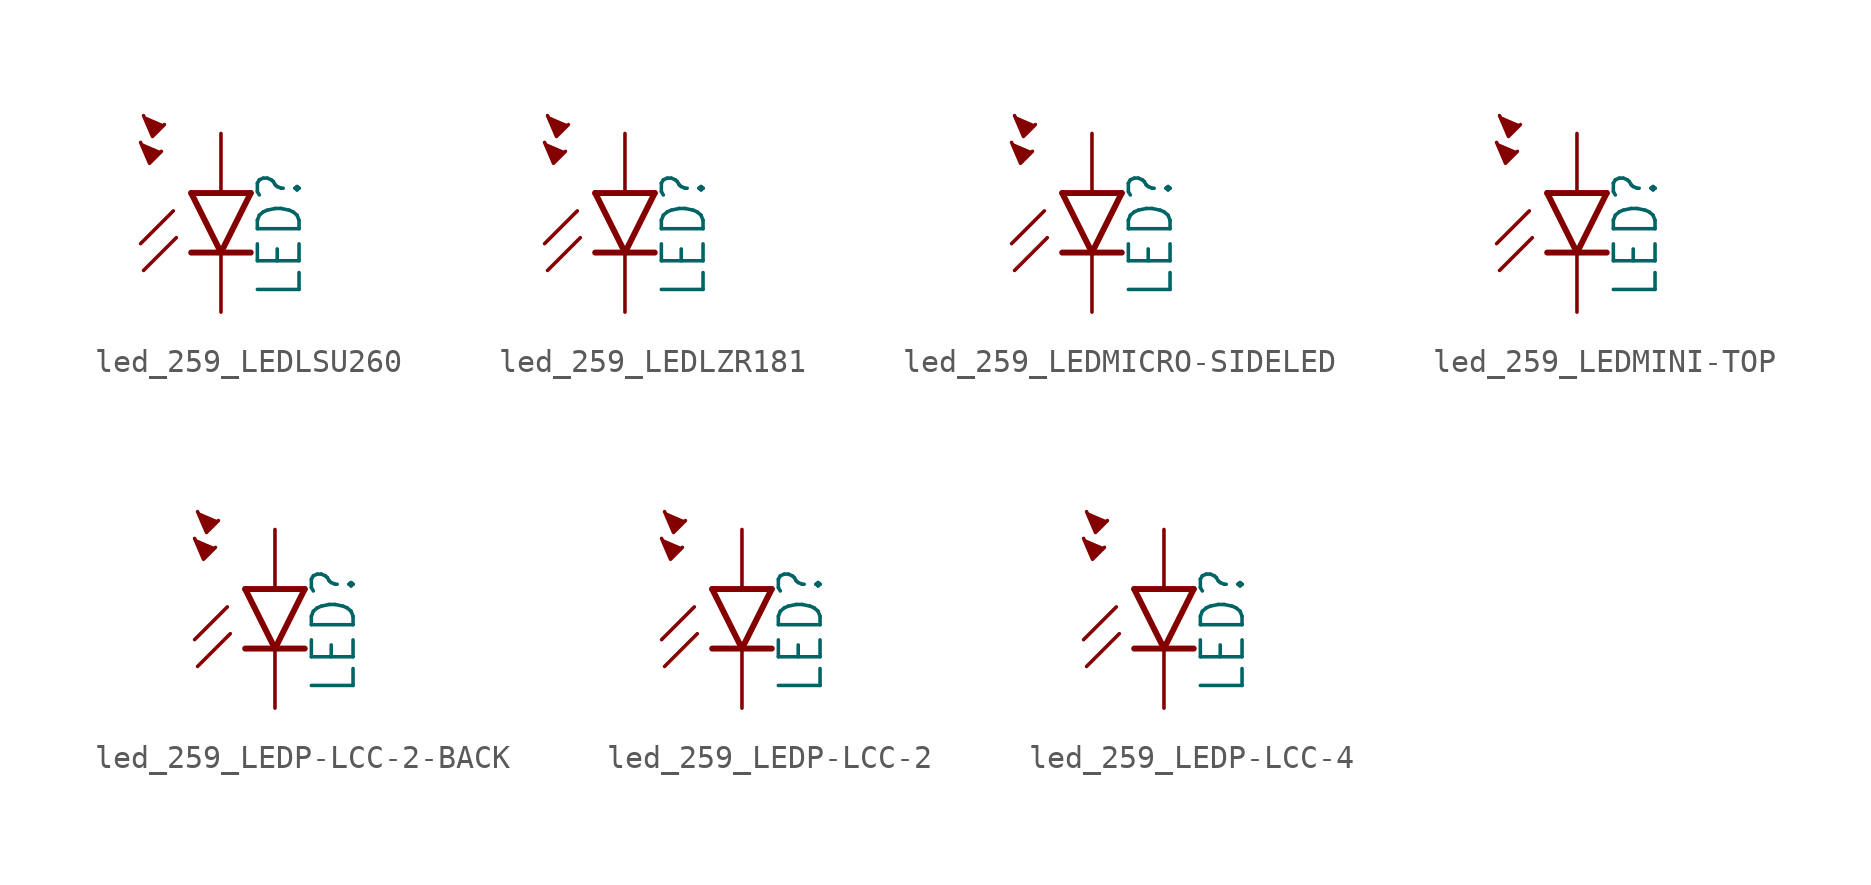
<source format=kicad_sym>
(kicad_symbol_lib
  (version 20241209)
  (generator "kicad_symbol_editor")
  (generator_version "9.0")
  (symbol "led_259_LEDLSU260"
    (property "Reference" "LED"
      (at 3.556 -4.572 90)
      (effects (font (size 1.778 1.511)) (justify left bottom)))
    (property "Value" ""
      (at 5.715 -4.572 90)
      (effects (font (size 1.778 1.511)) (justify left bottom)))
    (property "ki_locked" ""
      (at 0 0 0)
      (effects (font (size 1.27 1.27))))
    (symbol "led_259_LEDLSU260_1_0"
      (polyline (pts (xy -3.429 2.159) (xy -3.048 1.27) (xy -2.54 1.778)) (stroke (width 0.152) (type solid)) (fill (type outline)))
      (polyline (pts (xy -3.302 3.302) (xy -2.921 2.413) (xy -2.413 2.921)) (stroke (width 0.152) (type solid)) (fill (type outline)))
      (polyline (pts (xy -2.032 -0.762) (xy -3.429 -2.159)) (stroke (width 0.152) (type solid)) (fill (type none)))
      (polyline (pts (xy -1.905 -1.905) (xy -3.302 -3.302)) (stroke (width 0.152) (type solid)) (fill (type none)))
      (polyline (pts (xy 0 0) (xy -1.27 0)) (stroke (width 0.254) (type solid)) (fill (type none)))
      (polyline (pts (xy 0 -2.54) (xy -1.27 0)) (stroke (width 0.254) (type solid)) (fill (type none)))
      (polyline (pts (xy 0 -2.54) (xy -1.27 -2.54)) (stroke (width 0.254) (type solid)) (fill (type none)))
      (polyline (pts (xy 1.27 0) (xy 0 0)) (stroke (width 0.254) (type solid)) (fill (type none)))
      (polyline (pts (xy 1.27 0) (xy 0 -2.54)) (stroke (width 0.254) (type solid)) (fill (type none)))
      (polyline (pts (xy 1.27 -2.54) (xy 0 -2.54)) (stroke (width 0.254) (type solid)) (fill (type none)))
      (pin passive line (at 0 2.54 270) (length 2.54) (name "A" (effects (font (size 0 0)))) (number "A" (effects (font (size 0 0)))))
      (pin passive line (at 0 -5.08 90) (length 2.54) (name "C" (effects (font (size 0 0)))) (number "K" (effects (font (size 0 0)))))))
  (symbol "led_259_LEDLZR181"
    (property "Reference" "LED"
      (at 3.556 -4.572 90)
      (effects (font (size 1.778 1.511)) (justify left bottom)))
    (property "Value" ""
      (at 5.715 -4.572 90)
      (effects (font (size 1.778 1.511)) (justify left bottom)))
    (property "ki_locked" ""
      (at 0 0 0)
      (effects (font (size 1.27 1.27))))
    (symbol "led_259_LEDLZR181_1_0"
      (polyline (pts (xy -3.429 2.159) (xy -3.048 1.27) (xy -2.54 1.778)) (stroke (width 0.152) (type solid)) (fill (type outline)))
      (polyline (pts (xy -3.302 3.302) (xy -2.921 2.413) (xy -2.413 2.921)) (stroke (width 0.152) (type solid)) (fill (type outline)))
      (polyline (pts (xy -2.032 -0.762) (xy -3.429 -2.159)) (stroke (width 0.152) (type solid)) (fill (type none)))
      (polyline (pts (xy -1.905 -1.905) (xy -3.302 -3.302)) (stroke (width 0.152) (type solid)) (fill (type none)))
      (polyline (pts (xy 0 0) (xy -1.27 0)) (stroke (width 0.254) (type solid)) (fill (type none)))
      (polyline (pts (xy 0 -2.54) (xy -1.27 0)) (stroke (width 0.254) (type solid)) (fill (type none)))
      (polyline (pts (xy 0 -2.54) (xy -1.27 -2.54)) (stroke (width 0.254) (type solid)) (fill (type none)))
      (polyline (pts (xy 1.27 0) (xy 0 0)) (stroke (width 0.254) (type solid)) (fill (type none)))
      (polyline (pts (xy 1.27 0) (xy 0 -2.54)) (stroke (width 0.254) (type solid)) (fill (type none)))
      (polyline (pts (xy 1.27 -2.54) (xy 0 -2.54)) (stroke (width 0.254) (type solid)) (fill (type none)))
      (pin passive line (at 0 2.54 270) (length 2.54) (name "A" (effects (font (size 0 0)))) (number "A" (effects (font (size 0 0)))))
      (pin passive line (at 0 -5.08 90) (length 2.54) (name "C" (effects (font (size 0 0)))) (number "K" (effects (font (size 0 0)))))))
  (symbol "led_259_LEDMICRO-SIDELED"
    (property "Reference" "LED"
      (at 3.556 -4.572 90)
      (effects (font (size 1.778 1.511)) (justify left bottom)))
    (property "Value" ""
      (at 5.715 -4.572 90)
      (effects (font (size 1.778 1.511)) (justify left bottom)))
    (property "ki_locked" ""
      (at 0 0 0)
      (effects (font (size 1.27 1.27))))
    (symbol "led_259_LEDMICRO-SIDELED_1_0"
      (polyline (pts (xy -3.429 2.159) (xy -3.048 1.27) (xy -2.54 1.778)) (stroke (width 0.152) (type solid)) (fill (type outline)))
      (polyline (pts (xy -3.302 3.302) (xy -2.921 2.413) (xy -2.413 2.921)) (stroke (width 0.152) (type solid)) (fill (type outline)))
      (polyline (pts (xy -2.032 -0.762) (xy -3.429 -2.159)) (stroke (width 0.152) (type solid)) (fill (type none)))
      (polyline (pts (xy -1.905 -1.905) (xy -3.302 -3.302)) (stroke (width 0.152) (type solid)) (fill (type none)))
      (polyline (pts (xy 0 0) (xy -1.27 0)) (stroke (width 0.254) (type solid)) (fill (type none)))
      (polyline (pts (xy 0 -2.54) (xy -1.27 0)) (stroke (width 0.254) (type solid)) (fill (type none)))
      (polyline (pts (xy 0 -2.54) (xy -1.27 -2.54)) (stroke (width 0.254) (type solid)) (fill (type none)))
      (polyline (pts (xy 1.27 0) (xy 0 0)) (stroke (width 0.254) (type solid)) (fill (type none)))
      (polyline (pts (xy 1.27 0) (xy 0 -2.54)) (stroke (width 0.254) (type solid)) (fill (type none)))
      (polyline (pts (xy 1.27 -2.54) (xy 0 -2.54)) (stroke (width 0.254) (type solid)) (fill (type none)))
      (pin passive line (at 0 2.54 270) (length 2.54) (name "A" (effects (font (size 0 0)))) (number "A" (effects (font (size 0 0)))))
      (pin passive line (at 0 -5.08 90) (length 2.54) (name "C" (effects (font (size 0 0)))) (number "C" (effects (font (size 0 0)))))))
  (symbol "led_259_LEDMINI-TOP"
    (property "Reference" "LED"
      (at 3.556 -4.572 90)
      (effects (font (size 1.778 1.511)) (justify left bottom)))
    (property "Value" ""
      (at 5.715 -4.572 90)
      (effects (font (size 1.778 1.511)) (justify left bottom)))
    (property "ki_locked" ""
      (at 0 0 0)
      (effects (font (size 1.27 1.27))))
    (symbol "led_259_LEDMINI-TOP_1_0"
      (polyline (pts (xy -3.429 2.159) (xy -3.048 1.27) (xy -2.54 1.778)) (stroke (width 0.152) (type solid)) (fill (type outline)))
      (polyline (pts (xy -3.302 3.302) (xy -2.921 2.413) (xy -2.413 2.921)) (stroke (width 0.152) (type solid)) (fill (type outline)))
      (polyline (pts (xy -2.032 -0.762) (xy -3.429 -2.159)) (stroke (width 0.152) (type solid)) (fill (type none)))
      (polyline (pts (xy -1.905 -1.905) (xy -3.302 -3.302)) (stroke (width 0.152) (type solid)) (fill (type none)))
      (polyline (pts (xy 0 0) (xy -1.27 0)) (stroke (width 0.254) (type solid)) (fill (type none)))
      (polyline (pts (xy 0 -2.54) (xy -1.27 0)) (stroke (width 0.254) (type solid)) (fill (type none)))
      (polyline (pts (xy 0 -2.54) (xy -1.27 -2.54)) (stroke (width 0.254) (type solid)) (fill (type none)))
      (polyline (pts (xy 1.27 0) (xy 0 0)) (stroke (width 0.254) (type solid)) (fill (type none)))
      (polyline (pts (xy 1.27 0) (xy 0 -2.54)) (stroke (width 0.254) (type solid)) (fill (type none)))
      (polyline (pts (xy 1.27 -2.54) (xy 0 -2.54)) (stroke (width 0.254) (type solid)) (fill (type none)))
      (pin passive line (at 0 2.54 270) (length 2.54) (name "A" (effects (font (size 0 0)))) (number "A" (effects (font (size 0 0)))))
      (pin passive line (at 0 -5.08 90) (length 2.54) (name "C" (effects (font (size 0 0)))) (number "C" (effects (font (size 0 0)))))))
  (symbol "led_259_LEDP-LCC-2-BACK"
    (property "Reference" "LED"
      (at 3.556 -4.572 90)
      (effects (font (size 1.778 1.511)) (justify left bottom)))
    (property "Value" ""
      (at 5.715 -4.572 90)
      (effects (font (size 1.778 1.511)) (justify left bottom)))
    (property "ki_locked" ""
      (at 0 0 0)
      (effects (font (size 1.27 1.27))))
    (symbol "led_259_LEDP-LCC-2-BACK_1_0"
      (polyline (pts (xy -3.429 2.159) (xy -3.048 1.27) (xy -2.54 1.778)) (stroke (width 0.152) (type solid)) (fill (type outline)))
      (polyline (pts (xy -3.302 3.302) (xy -2.921 2.413) (xy -2.413 2.921)) (stroke (width 0.152) (type solid)) (fill (type outline)))
      (polyline (pts (xy -2.032 -0.762) (xy -3.429 -2.159)) (stroke (width 0.152) (type solid)) (fill (type none)))
      (polyline (pts (xy -1.905 -1.905) (xy -3.302 -3.302)) (stroke (width 0.152) (type solid)) (fill (type none)))
      (polyline (pts (xy 0 0) (xy -1.27 0)) (stroke (width 0.254) (type solid)) (fill (type none)))
      (polyline (pts (xy 0 -2.54) (xy -1.27 0)) (stroke (width 0.254) (type solid)) (fill (type none)))
      (polyline (pts (xy 0 -2.54) (xy -1.27 -2.54)) (stroke (width 0.254) (type solid)) (fill (type none)))
      (polyline (pts (xy 1.27 0) (xy 0 0)) (stroke (width 0.254) (type solid)) (fill (type none)))
      (polyline (pts (xy 1.27 0) (xy 0 -2.54)) (stroke (width 0.254) (type solid)) (fill (type none)))
      (polyline (pts (xy 1.27 -2.54) (xy 0 -2.54)) (stroke (width 0.254) (type solid)) (fill (type none)))
      (pin passive line (at 0 2.54 270) (length 2.54) (name "A" (effects (font (size 0 0)))) (number "A" (effects (font (size 0 0)))))
      (pin passive line (at 0 -5.08 90) (length 2.54) (name "C" (effects (font (size 0 0)))) (number "C" (effects (font (size 0 0)))))))
  (symbol "led_259_LEDP-LCC-2"
    (property "Reference" "LED"
      (at 3.556 -4.572 90)
      (effects (font (size 1.778 1.511)) (justify left bottom)))
    (property "Value" ""
      (at 5.715 -4.572 90)
      (effects (font (size 1.778 1.511)) (justify left bottom)))
    (property "ki_locked" ""
      (at 0 0 0)
      (effects (font (size 1.27 1.27))))
    (symbol "led_259_LEDP-LCC-2_1_0"
      (polyline (pts (xy -3.429 2.159) (xy -3.048 1.27) (xy -2.54 1.778)) (stroke (width 0.152) (type solid)) (fill (type outline)))
      (polyline (pts (xy -3.302 3.302) (xy -2.921 2.413) (xy -2.413 2.921)) (stroke (width 0.152) (type solid)) (fill (type outline)))
      (polyline (pts (xy -2.032 -0.762) (xy -3.429 -2.159)) (stroke (width 0.152) (type solid)) (fill (type none)))
      (polyline (pts (xy -1.905 -1.905) (xy -3.302 -3.302)) (stroke (width 0.152) (type solid)) (fill (type none)))
      (polyline (pts (xy 0 0) (xy -1.27 0)) (stroke (width 0.254) (type solid)) (fill (type none)))
      (polyline (pts (xy 0 -2.54) (xy -1.27 0)) (stroke (width 0.254) (type solid)) (fill (type none)))
      (polyline (pts (xy 0 -2.54) (xy -1.27 -2.54)) (stroke (width 0.254) (type solid)) (fill (type none)))
      (polyline (pts (xy 1.27 0) (xy 0 0)) (stroke (width 0.254) (type solid)) (fill (type none)))
      (polyline (pts (xy 1.27 0) (xy 0 -2.54)) (stroke (width 0.254) (type solid)) (fill (type none)))
      (polyline (pts (xy 1.27 -2.54) (xy 0 -2.54)) (stroke (width 0.254) (type solid)) (fill (type none)))
      (pin passive line (at 0 2.54 270) (length 2.54) (name "A" (effects (font (size 0 0)))) (number "A" (effects (font (size 0 0)))))
      (pin passive line (at 0 -5.08 90) (length 2.54) (name "C" (effects (font (size 0 0)))) (number "C" (effects (font (size 0 0)))))))
  (symbol "led_259_LEDP-LCC-4"
    (property "Reference" "LED"
      (at 3.556 -4.572 90)
      (effects (font (size 1.778 1.511)) (justify left bottom)))
    (property "Value" ""
      (at 5.715 -4.572 90)
      (effects (font (size 1.778 1.511)) (justify left bottom)))
    (property "ki_locked" ""
      (at 0 0 0)
      (effects (font (size 1.27 1.27))))
    (symbol "led_259_LEDP-LCC-4_1_0"
      (polyline (pts (xy -3.429 2.159) (xy -3.048 1.27) (xy -2.54 1.778)) (stroke (width 0.152) (type solid)) (fill (type outline)))
      (polyline (pts (xy -3.302 3.302) (xy -2.921 2.413) (xy -2.413 2.921)) (stroke (width 0.152) (type solid)) (fill (type outline)))
      (polyline (pts (xy -2.032 -0.762) (xy -3.429 -2.159)) (stroke (width 0.152) (type solid)) (fill (type none)))
      (polyline (pts (xy -1.905 -1.905) (xy -3.302 -3.302)) (stroke (width 0.152) (type solid)) (fill (type none)))
      (polyline (pts (xy 0 0) (xy -1.27 0)) (stroke (width 0.254) (type solid)) (fill (type none)))
      (polyline (pts (xy 0 -2.54) (xy -1.27 0)) (stroke (width 0.254) (type solid)) (fill (type none)))
      (polyline (pts (xy 0 -2.54) (xy -1.27 -2.54)) (stroke (width 0.254) (type solid)) (fill (type none)))
      (polyline (pts (xy 1.27 0) (xy 0 0)) (stroke (width 0.254) (type solid)) (fill (type none)))
      (polyline (pts (xy 1.27 0) (xy 0 -2.54)) (stroke (width 0.254) (type solid)) (fill (type none)))
      (polyline (pts (xy 1.27 -2.54) (xy 0 -2.54)) (stroke (width 0.254) (type solid)) (fill (type none)))
      (pin passive line (at 0 2.54 270) (length 2.54) (name "A" (effects (font (size 0 0)))) (number "A" (effects (font (size 0 0)))))
      (pin passive line (at 0 -5.08 90) (length 2.54) (name "C" (effects (font (size 0 0)))) (number "C@4" (effects (font (size 0 0))))))))
</source>
